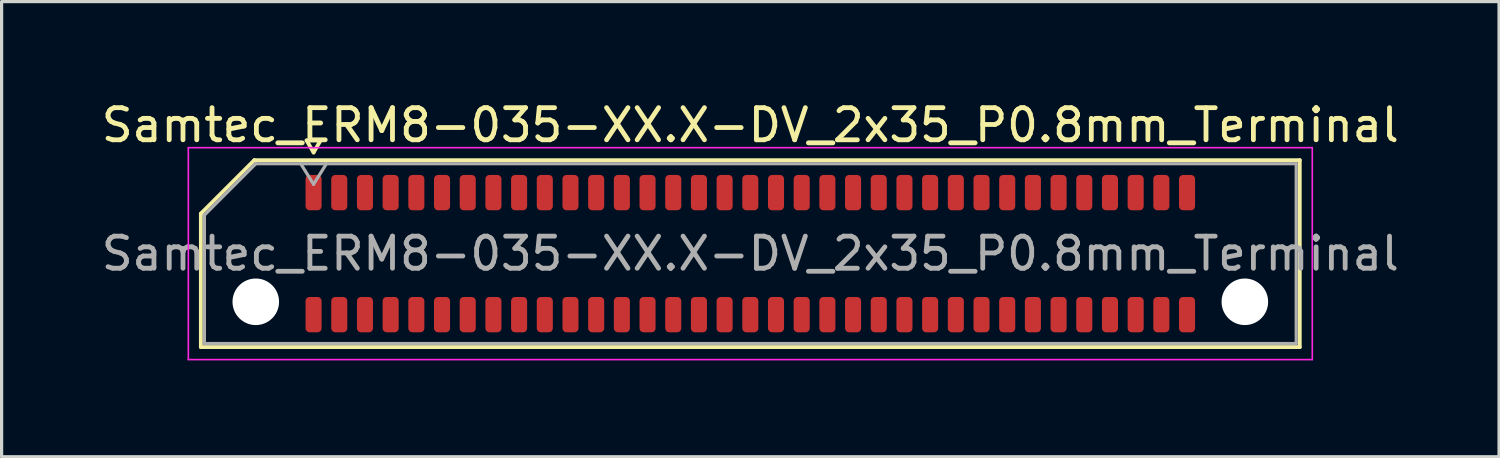
<source format=kicad_pcb>
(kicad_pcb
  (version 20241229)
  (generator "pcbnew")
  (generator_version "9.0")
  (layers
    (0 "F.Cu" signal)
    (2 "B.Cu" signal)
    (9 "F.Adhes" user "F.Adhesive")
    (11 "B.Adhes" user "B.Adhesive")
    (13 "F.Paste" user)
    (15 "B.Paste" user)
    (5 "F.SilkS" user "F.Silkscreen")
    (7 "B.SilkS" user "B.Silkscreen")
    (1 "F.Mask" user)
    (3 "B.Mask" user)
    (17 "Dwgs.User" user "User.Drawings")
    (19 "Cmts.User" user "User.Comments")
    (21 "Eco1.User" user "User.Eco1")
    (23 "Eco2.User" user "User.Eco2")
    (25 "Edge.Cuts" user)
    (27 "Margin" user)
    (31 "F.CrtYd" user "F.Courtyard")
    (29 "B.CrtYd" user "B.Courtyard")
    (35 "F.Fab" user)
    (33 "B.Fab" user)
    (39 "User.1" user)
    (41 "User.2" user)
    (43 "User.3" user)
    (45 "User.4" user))
  (footprint "Samtec_ERM8-035-XX.X-DV_2x35_P0.8mm_Terminal"
    (layer "F.Cu")
    (at 20.315 4.848)
    (property "Reference" "Samtec_ERM8-035-XX.X-DV_2x35_P0.8mm_Terminal" (at 0 -4 0) (layer "F.SilkS") (effects (font (size 1 1) (thickness 0.15))))
    (attr smd)
    (fp_line (start -17.11 -1.246) (end -15.446 -2.91) (stroke (width 0.12) (type solid)) (layer "F.SilkS"))
    (fp_line (start -17.11 2.91) (end -17.11 -1.246) (stroke (width 0.12) (type solid)) (layer "F.SilkS"))
    (fp_line (start -15.446 -2.91) (end 17.11 -2.91) (stroke (width 0.12) (type solid)) (layer "F.SilkS"))
    (fp_line (start -13.817 -3.525) (end -13.6 -3.15) (stroke (width 0.12) (type solid)) (layer "F.SilkS"))
    (fp_line (start -13.6 -3.15) (end -13.383 -3.525) (stroke (width 0.12) (type solid)) (layer "F.SilkS"))
    (fp_line (start -13.383 -3.525) (end -13.817 -3.525) (stroke (width 0.12) (type solid)) (layer "F.SilkS"))
    (fp_line (start 17.11 -2.91) (end 17.11 2.91) (stroke (width 0.12) (type solid)) (layer "F.SilkS"))
    (fp_line (start 17.11 2.91) (end -17.11 2.91) (stroke (width 0.12) (type solid)) (layer "F.SilkS"))
    (fp_line (start -17.5 -3.3) (end -17.5 3.3) (stroke (width 0.05) (type solid)) (layer "F.CrtYd"))
    (fp_line (start -17.5 3.3) (end 17.5 3.3) (stroke (width 0.05) (type solid)) (layer "F.CrtYd"))
    (fp_line (start 17.5 -3.3) (end -17.5 -3.3) (stroke (width 0.05) (type solid)) (layer "F.CrtYd"))
    (fp_line (start 17.5 3.3) (end 17.5 -3.3) (stroke (width 0.05) (type solid)) (layer "F.CrtYd"))
    (fp_line (start -17 -1.2) (end -15.4 -2.8) (stroke (width 0.1) (type solid)) (layer "F.Fab"))
    (fp_line (start -17 2.8) (end -17 -1.2) (stroke (width 0.1) (type solid)) (layer "F.Fab"))
    (fp_line (start -15.4 -2.8) (end 17 -2.8) (stroke (width 0.1) (type solid)) (layer "F.Fab"))
    (fp_line (start -14 -2.8) (end -13.6 -2.16) (stroke (width 0.1) (type solid)) (layer "F.Fab"))
    (fp_line (start -13.6 -2.16) (end -13.2 -2.8) (stroke (width 0.1) (type solid)) (layer "F.Fab"))
    (fp_line (start 17 -2.8) (end 17 2.8) (stroke (width 0.1) (type solid)) (layer "F.Fab"))
    (fp_line (start 17 2.8) (end -17 2.8) (stroke (width 0.1) (type solid)) (layer "F.Fab"))
    (fp_text user "${REFERENCE}" (at 0 0 0) (layer "F.Fab") (effects (font (size 1 1) (thickness 0.15))))
    (pad "" np_thru_hole circle (at -15.4 1.5) (size 1.45 1.45) (drill 1.45) (layers "*.Cu" "*.Mask"))
    (pad "" np_thru_hole circle (at 15.4 1.5) (size 1.45 1.45) (drill 1.45) (layers "*.Cu" "*.Mask"))
    (pad "1" smd roundrect (at -13.6 -1.9) (size 0.5 1.1) (layers "F.Cu" "F.Mask" "F.Paste") (roundrect_rratio 0.25))
    (pad "2" smd roundrect (at -13.6 1.9) (size 0.5 1.1) (layers "F.Cu" "F.Mask" "F.Paste") (roundrect_rratio 0.25))
    (pad "3" smd roundrect (at -12.8 -1.9) (size 0.5 1.1) (layers "F.Cu" "F.Mask" "F.Paste") (roundrect_rratio 0.25))
    (pad "4" smd roundrect (at -12.8 1.9) (size 0.5 1.1) (layers "F.Cu" "F.Mask" "F.Paste") (roundrect_rratio 0.25))
    (pad "5" smd roundrect (at -12 -1.9) (size 0.5 1.1) (layers "F.Cu" "F.Mask" "F.Paste") (roundrect_rratio 0.25))
    (pad "6" smd roundrect (at -12 1.9) (size 0.5 1.1) (layers "F.Cu" "F.Mask" "F.Paste") (roundrect_rratio 0.25))
    (pad "7" smd roundrect (at -11.2 -1.9) (size 0.5 1.1) (layers "F.Cu" "F.Mask" "F.Paste") (roundrect_rratio 0.25))
    (pad "8" smd roundrect (at -11.2 1.9) (size 0.5 1.1) (layers "F.Cu" "F.Mask" "F.Paste") (roundrect_rratio 0.25))
    (pad "9" smd roundrect (at -10.4 -1.9) (size 0.5 1.1) (layers "F.Cu" "F.Mask" "F.Paste") (roundrect_rratio 0.25))
    (pad "10" smd roundrect (at -10.4 1.9) (size 0.5 1.1) (layers "F.Cu" "F.Mask" "F.Paste") (roundrect_rratio 0.25))
    (pad "11" smd roundrect (at -9.6 -1.9) (size 0.5 1.1) (layers "F.Cu" "F.Mask" "F.Paste") (roundrect_rratio 0.25))
    (pad "12" smd roundrect (at -9.6 1.9) (size 0.5 1.1) (layers "F.Cu" "F.Mask" "F.Paste") (roundrect_rratio 0.25))
    (pad "13" smd roundrect (at -8.8 -1.9) (size 0.5 1.1) (layers "F.Cu" "F.Mask" "F.Paste") (roundrect_rratio 0.25))
    (pad "14" smd roundrect (at -8.8 1.9) (size 0.5 1.1) (layers "F.Cu" "F.Mask" "F.Paste") (roundrect_rratio 0.25))
    (pad "15" smd roundrect (at -8 -1.9) (size 0.5 1.1) (layers "F.Cu" "F.Mask" "F.Paste") (roundrect_rratio 0.25))
    (pad "16" smd roundrect (at -8 1.9) (size 0.5 1.1) (layers "F.Cu" "F.Mask" "F.Paste") (roundrect_rratio 0.25))
    (pad "17" smd roundrect (at -7.2 -1.9) (size 0.5 1.1) (layers "F.Cu" "F.Mask" "F.Paste") (roundrect_rratio 0.25))
    (pad "18" smd roundrect (at -7.2 1.9) (size 0.5 1.1) (layers "F.Cu" "F.Mask" "F.Paste") (roundrect_rratio 0.25))
    (pad "19" smd roundrect (at -6.4 -1.9) (size 0.5 1.1) (layers "F.Cu" "F.Mask" "F.Paste") (roundrect_rratio 0.25))
    (pad "20" smd roundrect (at -6.4 1.9) (size 0.5 1.1) (layers "F.Cu" "F.Mask" "F.Paste") (roundrect_rratio 0.25))
    (pad "21" smd roundrect (at -5.6 -1.9) (size 0.5 1.1) (layers "F.Cu" "F.Mask" "F.Paste") (roundrect_rratio 0.25))
    (pad "22" smd roundrect (at -5.6 1.9) (size 0.5 1.1) (layers "F.Cu" "F.Mask" "F.Paste") (roundrect_rratio 0.25))
    (pad "23" smd roundrect (at -4.8 -1.9) (size 0.5 1.1) (layers "F.Cu" "F.Mask" "F.Paste") (roundrect_rratio 0.25))
    (pad "24" smd roundrect (at -4.8 1.9) (size 0.5 1.1) (layers "F.Cu" "F.Mask" "F.Paste") (roundrect_rratio 0.25))
    (pad "25" smd roundrect (at -4 -1.9) (size 0.5 1.1) (layers "F.Cu" "F.Mask" "F.Paste") (roundrect_rratio 0.25))
    (pad "26" smd roundrect (at -4 1.9) (size 0.5 1.1) (layers "F.Cu" "F.Mask" "F.Paste") (roundrect_rratio 0.25))
    (pad "27" smd roundrect (at -3.2 -1.9) (size 0.5 1.1) (layers "F.Cu" "F.Mask" "F.Paste") (roundrect_rratio 0.25))
    (pad "28" smd roundrect (at -3.2 1.9) (size 0.5 1.1) (layers "F.Cu" "F.Mask" "F.Paste") (roundrect_rratio 0.25))
    (pad "29" smd roundrect (at -2.4 -1.9) (size 0.5 1.1) (layers "F.Cu" "F.Mask" "F.Paste") (roundrect_rratio 0.25))
    (pad "30" smd roundrect (at -2.4 1.9) (size 0.5 1.1) (layers "F.Cu" "F.Mask" "F.Paste") (roundrect_rratio 0.25))
    (pad "31" smd roundrect (at -1.6 -1.9) (size 0.5 1.1) (layers "F.Cu" "F.Mask" "F.Paste") (roundrect_rratio 0.25))
    (pad "32" smd roundrect (at -1.6 1.9) (size 0.5 1.1) (layers "F.Cu" "F.Mask" "F.Paste") (roundrect_rratio 0.25))
    (pad "33" smd roundrect (at -0.8 -1.9) (size 0.5 1.1) (layers "F.Cu" "F.Mask" "F.Paste") (roundrect_rratio 0.25))
    (pad "34" smd roundrect (at -0.8 1.9) (size 0.5 1.1) (layers "F.Cu" "F.Mask" "F.Paste") (roundrect_rratio 0.25))
    (pad "35" smd roundrect (at 0 -1.9) (size 0.5 1.1) (layers "F.Cu" "F.Mask" "F.Paste") (roundrect_rratio 0.25))
    (pad "36" smd roundrect (at 0 1.9) (size 0.5 1.1) (layers "F.Cu" "F.Mask" "F.Paste") (roundrect_rratio 0.25))
    (pad "37" smd roundrect (at 0.8 -1.9) (size 0.5 1.1) (layers "F.Cu" "F.Mask" "F.Paste") (roundrect_rratio 0.25))
    (pad "38" smd roundrect (at 0.8 1.9) (size 0.5 1.1) (layers "F.Cu" "F.Mask" "F.Paste") (roundrect_rratio 0.25))
    (pad "39" smd roundrect (at 1.6 -1.9) (size 0.5 1.1) (layers "F.Cu" "F.Mask" "F.Paste") (roundrect_rratio 0.25))
    (pad "40" smd roundrect (at 1.6 1.9) (size 0.5 1.1) (layers "F.Cu" "F.Mask" "F.Paste") (roundrect_rratio 0.25))
    (pad "41" smd roundrect (at 2.4 -1.9) (size 0.5 1.1) (layers "F.Cu" "F.Mask" "F.Paste") (roundrect_rratio 0.25))
    (pad "42" smd roundrect (at 2.4 1.9) (size 0.5 1.1) (layers "F.Cu" "F.Mask" "F.Paste") (roundrect_rratio 0.25))
    (pad "43" smd roundrect (at 3.2 -1.9) (size 0.5 1.1) (layers "F.Cu" "F.Mask" "F.Paste") (roundrect_rratio 0.25))
    (pad "44" smd roundrect (at 3.2 1.9) (size 0.5 1.1) (layers "F.Cu" "F.Mask" "F.Paste") (roundrect_rratio 0.25))
    (pad "45" smd roundrect (at 4 -1.9) (size 0.5 1.1) (layers "F.Cu" "F.Mask" "F.Paste") (roundrect_rratio 0.25))
    (pad "46" smd roundrect (at 4 1.9) (size 0.5 1.1) (layers "F.Cu" "F.Mask" "F.Paste") (roundrect_rratio 0.25))
    (pad "47" smd roundrect (at 4.8 -1.9) (size 0.5 1.1) (layers "F.Cu" "F.Mask" "F.Paste") (roundrect_rratio 0.25))
    (pad "48" smd roundrect (at 4.8 1.9) (size 0.5 1.1) (layers "F.Cu" "F.Mask" "F.Paste") (roundrect_rratio 0.25))
    (pad "49" smd roundrect (at 5.6 -1.9) (size 0.5 1.1) (layers "F.Cu" "F.Mask" "F.Paste") (roundrect_rratio 0.25))
    (pad "50" smd roundrect (at 5.6 1.9) (size 0.5 1.1) (layers "F.Cu" "F.Mask" "F.Paste") (roundrect_rratio 0.25))
    (pad "51" smd roundrect (at 6.4 -1.9) (size 0.5 1.1) (layers "F.Cu" "F.Mask" "F.Paste") (roundrect_rratio 0.25))
    (pad "52" smd roundrect (at 6.4 1.9) (size 0.5 1.1) (layers "F.Cu" "F.Mask" "F.Paste") (roundrect_rratio 0.25))
    (pad "53" smd roundrect (at 7.2 -1.9) (size 0.5 1.1) (layers "F.Cu" "F.Mask" "F.Paste") (roundrect_rratio 0.25))
    (pad "54" smd roundrect (at 7.2 1.9) (size 0.5 1.1) (layers "F.Cu" "F.Mask" "F.Paste") (roundrect_rratio 0.25))
    (pad "55" smd roundrect (at 8 -1.9) (size 0.5 1.1) (layers "F.Cu" "F.Mask" "F.Paste") (roundrect_rratio 0.25))
    (pad "56" smd roundrect (at 8 1.9) (size 0.5 1.1) (layers "F.Cu" "F.Mask" "F.Paste") (roundrect_rratio 0.25))
    (pad "57" smd roundrect (at 8.8 -1.9) (size 0.5 1.1) (layers "F.Cu" "F.Mask" "F.Paste") (roundrect_rratio 0.25))
    (pad "58" smd roundrect (at 8.8 1.9) (size 0.5 1.1) (layers "F.Cu" "F.Mask" "F.Paste") (roundrect_rratio 0.25))
    (pad "59" smd roundrect (at 9.6 -1.9) (size 0.5 1.1) (layers "F.Cu" "F.Mask" "F.Paste") (roundrect_rratio 0.25))
    (pad "60" smd roundrect (at 9.6 1.9) (size 0.5 1.1) (layers "F.Cu" "F.Mask" "F.Paste") (roundrect_rratio 0.25))
    (pad "61" smd roundrect (at 10.4 -1.9) (size 0.5 1.1) (layers "F.Cu" "F.Mask" "F.Paste") (roundrect_rratio 0.25))
    (pad "62" smd roundrect (at 10.4 1.9) (size 0.5 1.1) (layers "F.Cu" "F.Mask" "F.Paste") (roundrect_rratio 0.25))
    (pad "63" smd roundrect (at 11.2 -1.9) (size 0.5 1.1) (layers "F.Cu" "F.Mask" "F.Paste") (roundrect_rratio 0.25))
    (pad "64" smd roundrect (at 11.2 1.9) (size 0.5 1.1) (layers "F.Cu" "F.Mask" "F.Paste") (roundrect_rratio 0.25))
    (pad "65" smd roundrect (at 12 -1.9) (size 0.5 1.1) (layers "F.Cu" "F.Mask" "F.Paste") (roundrect_rratio 0.25))
    (pad "66" smd roundrect (at 12 1.9) (size 0.5 1.1) (layers "F.Cu" "F.Mask" "F.Paste") (roundrect_rratio 0.25))
    (pad "67" smd roundrect (at 12.8 -1.9) (size 0.5 1.1) (layers "F.Cu" "F.Mask" "F.Paste") (roundrect_rratio 0.25))
    (pad "68" smd roundrect (at 12.8 1.9) (size 0.5 1.1) (layers "F.Cu" "F.Mask" "F.Paste") (roundrect_rratio 0.25))
    (pad "69" smd roundrect (at 13.6 -1.9) (size 0.5 1.1) (layers "F.Cu" "F.Mask" "F.Paste") (roundrect_rratio 0.25))
    (pad "70" smd roundrect (at 13.6 1.9) (size 0.5 1.1) (layers "F.Cu" "F.Mask" "F.Paste") (roundrect_rratio 0.25)))
  (gr_rect
    (start -3 -3)
    (end 43.631 11.173)
    (stroke (width 0.1) (type default))
    (fill no)
    (layer "Edge.Cuts")))
</source>
